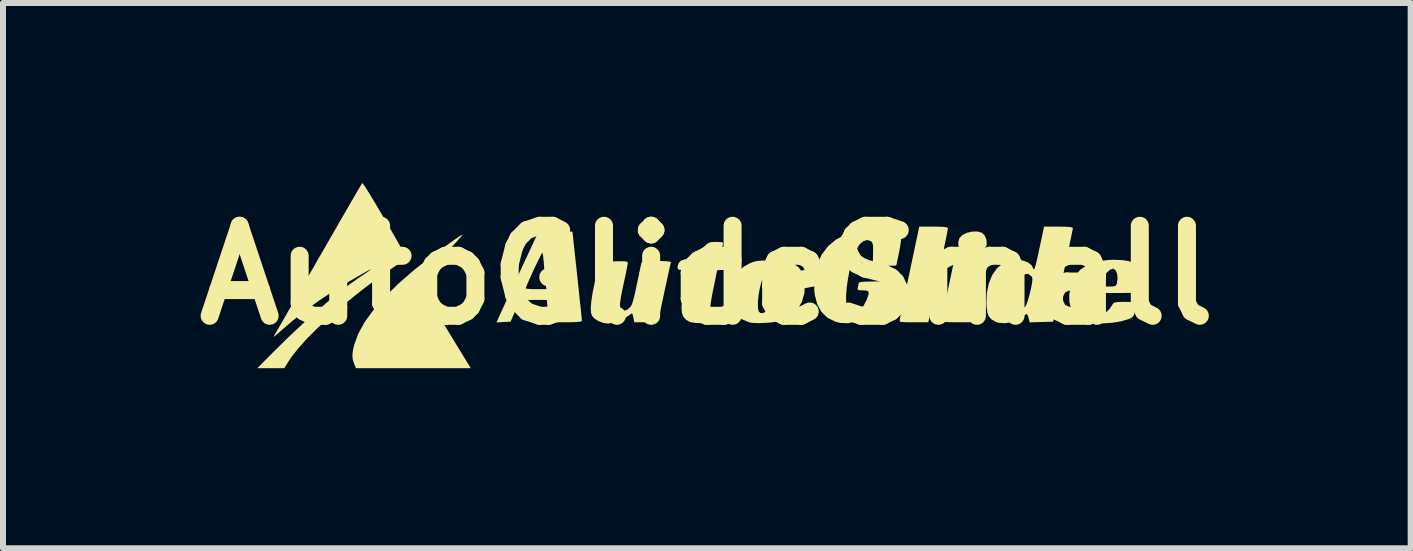
<source format=kicad_pcb>
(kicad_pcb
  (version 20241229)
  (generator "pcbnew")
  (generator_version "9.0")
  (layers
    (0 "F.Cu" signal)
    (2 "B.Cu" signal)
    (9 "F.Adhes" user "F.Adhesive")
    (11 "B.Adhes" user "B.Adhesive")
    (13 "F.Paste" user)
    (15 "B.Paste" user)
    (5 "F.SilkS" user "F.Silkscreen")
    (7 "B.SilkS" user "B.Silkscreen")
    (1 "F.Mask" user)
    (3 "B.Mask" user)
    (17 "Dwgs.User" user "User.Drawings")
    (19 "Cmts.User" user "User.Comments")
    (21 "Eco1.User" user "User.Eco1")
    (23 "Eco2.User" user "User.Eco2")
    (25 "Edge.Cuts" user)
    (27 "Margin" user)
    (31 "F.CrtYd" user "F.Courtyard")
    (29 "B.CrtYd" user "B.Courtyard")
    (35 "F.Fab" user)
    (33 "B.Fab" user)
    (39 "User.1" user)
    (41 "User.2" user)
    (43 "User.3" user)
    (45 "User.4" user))
  (footprint "AutoGlideSmall"
    (layer "F.Cu")
    (at 8.729 1.534)
    (property "Reference" "AutoGlideSmall" (at 0 0 0) (layer "F.SilkS") (effects (font (size 1.5 1.5) (thickness 0.3))))
    (attr board_only exclude_from_pos_files exclude_from_bom)
    (fp_poly (pts (xy 4.585 -0.705) (xy 4.63 -0.659) (xy 4.659 -0.59) (xy 4.664 -0.516) (xy 4.656 -0.481) (xy 4.611 -0.416) (xy 4.538 -0.37) (xy 4.45 -0.343) (xy 4.36 -0.341) (xy 4.279 -0.364) (xy 4.239 -0.392) (xy 4.197 -0.462) (xy 4.188 -0.545) (xy 4.209 -0.618) (xy 4.257 -0.668) (xy 4.333 -0.705) (xy 4.422 -0.725) (xy 4.511 -0.726)) (stroke (width 0) (type solid)) (fill yes) (layer "F.SilkS"))
    (fp_poly (pts (xy 4.558 -0.006) (xy 4.533 0.109) (xy 4.503 0.248) (xy 4.473 0.391) (xy 4.449 0.505) (xy 4.39 0.786) (xy 4.15 0.786) (xy 4.039 0.785) (xy 3.966 0.781) (xy 3.925 0.773) (xy 3.912 0.761) (xy 3.912 0.76) (xy 3.917 0.732) (xy 3.929 0.669) (xy 3.947 0.577) (xy 3.971 0.462) (xy 3.999 0.331) (xy 4.015 0.255) (xy 4.116 -0.223) (xy 4.362 -0.229) (xy 4.608 -0.235)) (stroke (width 0) (type solid)) (fill yes) (layer "F.SilkS"))
    (fp_poly (pts (xy 3.889 -0.806) (xy 3.963 -0.802) (xy 4.004 -0.794) (xy 4.017 -0.782) (xy 4.017 -0.781) (xy 4.013 -0.755) (xy 4.001 -0.692) (xy 3.982 -0.597) (xy 3.957 -0.475) (xy 3.927 -0.33) (xy 3.893 -0.168) (xy 3.856 0.007) (xy 3.854 0.016) (xy 3.69 0.786) (xy 3.447 0.786) (xy 3.343 0.786) (xy 3.274 0.784) (xy 3.234 0.78) (xy 3.216 0.771) (xy 3.212 0.756) (xy 3.214 0.739) (xy 3.221 0.707) (xy 3.235 0.639) (xy 3.256 0.54) (xy 3.282 0.414) (xy 3.313 0.267) (xy 3.347 0.103) (xy 3.381 -0.058) (xy 3.539 -0.808) (xy 3.778 -0.808)) (stroke (width 0) (type solid)) (fill yes) (layer "F.SilkS"))
    (fp_poly (pts (xy -4.077 -0.664) (xy -4.101 -0.634) (xy -4.149 -0.58) (xy -4.224 -0.498) (xy -4.244 -0.477) (xy -4.338 -0.377) (xy -4.438 -0.272) (xy -4.534 -0.174) (xy -4.613 -0.093) (xy -4.621 -0.086) (xy -4.695 -0.009) (xy -4.749 0.056) (xy -4.778 0.102) (xy -4.782 0.116) (xy -4.78 0.129) (xy -4.774 0.149) (xy -4.76 0.178) (xy -4.738 0.219) (xy -4.707 0.275) (xy -4.663 0.35) (xy -4.607 0.445) (xy -4.536 0.563) (xy -4.448 0.708) (xy -4.343 0.882) (xy -4.218 1.087) (xy -4.139 1.217) (xy -3.934 1.552) (xy -4.891 1.552) (xy -5.847 1.552) (xy -5.878 1.478) (xy -5.902 1.403) (xy -5.907 1.326) (xy -5.894 1.232) (xy -5.877 1.163) (xy -5.81 0.978) (xy -5.702 0.783) (xy -5.554 0.578) (xy -5.366 0.364) (xy -5.139 0.142) (xy -4.874 -0.089) (xy -4.57 -0.327) (xy -4.229 -0.573) (xy -4.134 -0.638) (xy -4.096 -0.663) (xy -4.076 -0.672)) (stroke (width 0) (type solid)) (fill yes) (layer "F.SilkS"))
    (fp_poly (pts (xy -2.161 0.005) (xy -2.143 0.177) (xy -2.126 0.336) (xy -2.111 0.477) (xy -2.098 0.595) (xy -2.089 0.685) (xy -2.084 0.742) (xy -2.083 0.76) (xy -2.094 0.772) (xy -2.133 0.779) (xy -2.202 0.784) (xy -2.307 0.786) (xy -2.357 0.786) (xy -2.631 0.786) (xy -2.649 0.6) (xy -2.668 0.414) (xy -2.889 0.414) (xy -3.111 0.414) (xy -3.191 0.595) (xy -3.271 0.776) (xy -3.388 0.782) (xy -3.506 0.789) (xy -3.465 0.697) (xy -3.447 0.656) (xy -3.412 0.582) (xy -3.365 0.48) (xy -3.307 0.355) (xy -3.246 0.222) (xy -3.018 0.222) (xy -2.999 0.227) (xy -2.947 0.232) (xy -2.872 0.234) (xy -2.846 0.234) (xy -2.673 0.234) (xy -2.686 0.165) (xy -2.692 0.115) (xy -2.7 0.035) (xy -2.707 -0.063) (xy -2.712 -0.133) (xy -2.719 -0.227) (xy -2.727 -0.304) (xy -2.735 -0.355) (xy -2.741 -0.371) (xy -2.753 -0.356) (xy -2.778 -0.309) (xy -2.813 -0.239) (xy -2.854 -0.155) (xy -2.897 -0.063) (xy -2.938 0.028) (xy -2.975 0.109) (xy -3.002 0.174) (xy -3.017 0.214) (xy -3.018 0.222) (xy -3.246 0.222) (xy -3.241 0.212) (xy -3.17 0.058) (xy -3.118 -0.053) (xy -2.811 -0.712) (xy -2.526 -0.718) (xy -2.24 -0.724)) (stroke (width 0) (type solid)) (fill yes) (layer "F.SilkS"))
    (fp_poly (pts (xy 1.197 -0.244) (xy 1.278 -0.241) (xy 1.336 -0.234) (xy 1.38 -0.222) (xy 1.421 -0.204) (xy 1.444 -0.191) (xy 1.533 -0.126) (xy 1.591 -0.041) (xy 1.623 0.071) (xy 1.631 0.135) (xy 1.626 0.296) (xy 1.585 0.443) (xy 1.513 0.57) (xy 1.411 0.673) (xy 1.285 0.745) (xy 1.264 0.753) (xy 1.187 0.772) (xy 1.084 0.788) (xy 0.97 0.797) (xy 0.86 0.801) (xy 0.765 0.797) (xy 0.712 0.789) (xy 0.58 0.735) (xy 0.478 0.653) (xy 0.409 0.546) (xy 0.381 0.443) (xy 0.851 0.443) (xy 0.851 0.54) (xy 0.864 0.605) (xy 0.892 0.633) (xy 0.938 0.632) (xy 0.989 0.605) (xy 1.034 0.557) (xy 1.069 0.489) (xy 1.098 0.4) (xy 1.122 0.298) (xy 1.139 0.193) (xy 1.148 0.092) (xy 1.148 0.005) (xy 1.137 -0.059) (xy 1.116 -0.093) (xy 1.113 -0.094) (xy 1.065 -0.092) (xy 1.01 -0.06) (xy 0.962 -0.006) (xy 0.948 0.017) (xy 0.912 0.105) (xy 0.883 0.214) (xy 0.862 0.33) (xy 0.851 0.443) (xy 0.381 0.443) (xy 0.374 0.418) (xy 0.376 0.272) (xy 0.382 0.235) (xy 0.43 0.081) (xy 0.508 -0.045) (xy 0.619 -0.143) (xy 0.712 -0.195) (xy 0.763 -0.216) (xy 0.814 -0.23) (xy 0.876 -0.239) (xy 0.958 -0.243) (xy 1.071 -0.244) (xy 1.084 -0.244)) (stroke (width 0) (type solid)) (fill yes) (layer "F.SilkS"))
    (fp_poly (pts (xy -5.729 -1.52) (xy -5.695 -1.472) (xy -5.644 -1.391) (xy -5.576 -1.28) (xy -5.493 -1.142) (xy -5.397 -0.978) (xy -5.289 -0.793) (xy -5.17 -0.587) (xy -5.064 -0.402) (xy -4.996 -0.282) (xy -5.149 -0.18) (xy -5.394 -0.013) (xy -5.636 0.164) (xy -5.871 0.347) (xy -6.096 0.531) (xy -6.306 0.715) (xy -6.498 0.893) (xy -6.667 1.063) (xy -6.809 1.221) (xy -6.921 1.363) (xy -6.965 1.429) (xy -7.042 1.552) (xy -7.267 1.552) (xy -7.492 1.552) (xy -7.216 1.274) (xy -6.994 1.055) (xy -6.77 0.844) (xy -6.549 0.643) (xy -6.336 0.459) (xy -6.135 0.294) (xy -5.951 0.152) (xy -5.79 0.039) (xy -5.781 0.033) (xy -5.692 -0.026) (xy -5.632 -0.068) (xy -5.603 -0.091) (xy -5.607 -0.094) (xy -5.644 -0.075) (xy -5.675 -0.059) (xy -5.969 0.11) (xy -6.231 0.271) (xy -6.466 0.427) (xy -6.684 0.586) (xy -6.891 0.751) (xy -7.037 0.876) (xy -7.111 0.941) (xy -7.17 0.991) (xy -7.209 1.022) (xy -7.222 1.03) (xy -7.222 1.029) (xy -7.209 1.007) (xy -7.177 0.952) (xy -7.127 0.865) (xy -7.061 0.751) (xy -6.982 0.612) (xy -6.889 0.452) (xy -6.787 0.273) (xy -6.675 0.078) (xy -6.556 -0.128) (xy -6.483 -0.257) (xy -6.36 -0.469) (xy -6.244 -0.671) (xy -6.136 -0.859) (xy -6.037 -1.03) (xy -5.95 -1.181) (xy -5.875 -1.31) (xy -5.816 -1.412) (xy -5.773 -1.485) (xy -5.748 -1.526) (xy -5.743 -1.534)) (stroke (width 0) (type solid)) (fill yes) (layer "F.SilkS"))
    (fp_poly (pts (xy -0.726 -0.233) (xy -0.653 -0.229) (xy -0.613 -0.222) (xy -0.6 -0.211) (xy -0.6 -0.207) (xy -0.607 -0.18) (xy -0.622 -0.117) (xy -0.642 -0.024) (xy -0.667 0.091) (xy -0.696 0.223) (xy -0.713 0.303) (xy -0.816 0.786) (xy -1.013 0.786) (xy -1.21 0.786) (xy -1.224 0.712) (xy -1.235 0.663) (xy -1.246 0.638) (xy -1.247 0.638) (xy -1.269 0.649) (xy -1.31 0.679) (xy -1.329 0.693) (xy -1.417 0.744) (xy -1.525 0.784) (xy -1.631 0.805) (xy -1.667 0.807) (xy -1.729 0.796) (xy -1.799 0.77) (xy -1.811 0.764) (xy -1.868 0.727) (xy -1.909 0.686) (xy -1.914 0.677) (xy -1.931 0.623) (xy -1.935 0.542) (xy -1.925 0.432) (xy -1.903 0.288) (xy -1.866 0.109) (xy -1.863 0.096) (xy -1.792 -0.223) (xy -1.555 -0.229) (xy -1.45 -0.231) (xy -1.381 -0.23) (xy -1.34 -0.225) (xy -1.321 -0.215) (xy -1.318 -0.203) (xy -1.322 -0.172) (xy -1.334 -0.107) (xy -1.352 -0.018) (xy -1.375 0.087) (xy -1.382 0.122) (xy -1.414 0.27) (xy -1.435 0.382) (xy -1.446 0.464) (xy -1.447 0.52) (xy -1.44 0.555) (xy -1.423 0.575) (xy -1.422 0.575) (xy -1.375 0.593) (xy -1.329 0.579) (xy -1.29 0.547) (xy -1.268 0.522) (xy -1.248 0.484) (xy -1.229 0.427) (xy -1.208 0.344) (xy -1.182 0.229) (xy -1.17 0.17) (xy -1.146 0.055) (xy -1.124 -0.048) (xy -1.107 -0.13) (xy -1.095 -0.183) (xy -1.092 -0.197) (xy -1.082 -0.213) (xy -1.061 -0.223) (xy -1.02 -0.23) (xy -0.951 -0.233) (xy -0.848 -0.234) (xy -0.836 -0.234)) (stroke (width 0) (type solid)) (fill yes) (layer "F.SilkS"))
    (fp_poly (pts (xy 5.971 -0.806) (xy 6.044 -0.802) (xy 6.086 -0.794) (xy 6.099 -0.782) (xy 6.099 -0.781) (xy 6.094 -0.755) (xy 6.082 -0.692) (xy 6.062 -0.597) (xy 6.037 -0.475) (xy 6.006 -0.33) (xy 5.972 -0.168) (xy 5.935 0.006) (xy 5.934 0.011) (xy 5.77 0.776) (xy 5.574 0.782) (xy 5.379 0.788) (xy 5.365 0.729) (xy 5.348 0.67) (xy 5.33 0.649) (xy 5.304 0.66) (xy 5.285 0.676) (xy 5.194 0.739) (xy 5.085 0.781) (xy 4.971 0.802) (xy 4.867 0.796) (xy 4.814 0.779) (xy 4.747 0.741) (xy 4.702 0.695) (xy 4.675 0.63) (xy 4.662 0.539) (xy 4.658 0.476) (xy 4.66 0.43) (xy 5.127 0.43) (xy 5.129 0.507) (xy 5.149 0.553) (xy 5.187 0.573) (xy 5.205 0.574) (xy 5.263 0.559) (xy 5.303 0.531) (xy 5.324 0.493) (xy 5.349 0.423) (xy 5.375 0.333) (xy 5.39 0.271) (xy 5.411 0.173) (xy 5.422 0.107) (xy 5.425 0.065) (xy 5.419 0.038) (xy 5.406 0.017) (xy 5.403 0.015) (xy 5.353 -0.02) (xy 5.301 -0.015) (xy 5.252 0.027) (xy 5.206 0.102) (xy 5.168 0.207) (xy 5.143 0.317) (xy 5.127 0.43) (xy 4.66 0.43) (xy 4.665 0.3) (xy 4.698 0.139) (xy 4.755 -0.001) (xy 4.835 -0.114) (xy 4.933 -0.195) (xy 4.963 -0.21) (xy 5.064 -0.243) (xy 5.169 -0.253) (xy 5.268 -0.242) (xy 5.352 -0.211) (xy 5.412 -0.162) (xy 5.432 -0.123) (xy 5.442 -0.101) (xy 5.452 -0.097) (xy 5.463 -0.117) (xy 5.478 -0.163) (xy 5.497 -0.24) (xy 5.522 -0.352) (xy 5.548 -0.473) (xy 5.619 -0.808) (xy 5.859 -0.808)) (stroke (width 0) (type solid)) (fill yes) (layer "F.SilkS"))
    (fp_poly (pts (xy 0.224 -0.551) (xy 0.26 -0.545) (xy 0.27 -0.53) (xy 0.268 -0.515) (xy 0.253 -0.461) (xy 0.237 -0.391) (xy 0.223 -0.323) (xy 0.214 -0.273) (xy 0.213 -0.26) (xy 0.233 -0.242) (xy 0.289 -0.234) (xy 0.298 -0.234) (xy 0.353 -0.23) (xy 0.378 -0.215) (xy 0.383 -0.193) (xy 0.375 -0.13) (xy 0.346 -0.097) (xy 0.286 -0.085) (xy 0.263 -0.085) (xy 0.207 -0.084) (xy 0.174 -0.08) (xy 0.17 -0.078) (xy 0.166 -0.056) (xy 0.155 0.0004) (xy 0.138 0.083) (xy 0.117 0.186) (xy 0.106 0.239) (xy 0.084 0.35) (xy 0.068 0.448) (xy 0.057 0.526) (xy 0.054 0.573) (xy 0.055 0.582) (xy 0.088 0.609) (xy 0.142 0.616) (xy 0.191 0.619) (xy 0.208 0.635) (xy 0.203 0.676) (xy 0.201 0.685) (xy 0.186 0.739) (xy 0.169 0.774) (xy 0.168 0.775) (xy 0.134 0.788) (xy 0.07 0.797) (xy -0.013 0.802) (xy -0.103 0.802) (xy -0.188 0.797) (xy -0.257 0.788) (xy -0.29 0.778) (xy -0.35 0.742) (xy -0.392 0.694) (xy -0.416 0.629) (xy -0.423 0.541) (xy -0.414 0.426) (xy -0.388 0.278) (xy -0.372 0.2) (xy -0.351 0.102) (xy -0.334 0.019) (xy -0.323 -0.04) (xy -0.319 -0.065) (xy -0.338 -0.078) (xy -0.385 -0.085) (xy -0.404 -0.085) (xy -0.459 -0.088) (xy -0.483 -0.102) (xy -0.489 -0.133) (xy -0.489 -0.137) (xy -0.473 -0.194) (xy -0.436 -0.239) (xy -0.391 -0.255) (xy -0.337 -0.269) (xy -0.264 -0.305) (xy -0.183 -0.356) (xy -0.106 -0.416) (xy -0.065 -0.455) (xy -0.011 -0.508) (xy 0.031 -0.538) (xy 0.076 -0.55) (xy 0.141 -0.553) (xy 0.155 -0.553)) (stroke (width 0) (type solid)) (fill yes) (layer "F.SilkS"))
    (fp_poly (pts (xy 6.917 -0.25) (xy 7.025 -0.234) (xy 7.109 -0.205) (xy 7.178 -0.16) (xy 7.191 -0.149) (xy 7.227 -0.114) (xy 7.247 -0.08) (xy 7.256 -0.034) (xy 7.258 0.038) (xy 7.258 0.057) (xy 7.257 0.142) (xy 7.251 0.204) (xy 7.234 0.247) (xy 7.2 0.274) (xy 7.145 0.289) (xy 7.061 0.296) (xy 6.944 0.298) (xy 6.867 0.298) (xy 6.531 0.298) (xy 6.517 0.364) (xy 6.504 0.475) (xy 6.513 0.56) (xy 6.543 0.616) (xy 6.591 0.637) (xy 6.597 0.638) (xy 6.652 0.619) (xy 6.709 0.567) (xy 6.757 0.494) (xy 6.772 0.471) (xy 6.795 0.457) (xy 6.835 0.45) (xy 6.9 0.447) (xy 6.972 0.446) (xy 7.057 0.448) (xy 7.122 0.454) (xy 7.158 0.462) (xy 7.163 0.466) (xy 7.159 0.497) (xy 7.147 0.553) (xy 7.138 0.593) (xy 7.12 0.659) (xy 7.095 0.697) (xy 7.055 0.723) (xy 7.036 0.731) (xy 6.904 0.77) (xy 6.75 0.795) (xy 6.591 0.805) (xy 6.444 0.797) (xy 6.371 0.785) (xy 6.254 0.739) (xy 6.154 0.664) (xy 6.082 0.57) (xy 6.077 0.559) (xy 6.052 0.497) (xy 6.04 0.436) (xy 6.039 0.359) (xy 6.041 0.312) (xy 6.062 0.191) (xy 6.548 0.191) (xy 6.683 0.191) (xy 6.757 0.19) (xy 6.8 0.183) (xy 6.821 0.168) (xy 6.831 0.143) (xy 6.844 0.057) (xy 6.837 -0.02) (xy 6.813 -0.077) (xy 6.775 -0.105) (xy 6.762 -0.106) (xy 6.715 -0.088) (xy 6.663 -0.039) (xy 6.614 0.029) (xy 6.58 0.101) (xy 6.548 0.191) (xy 6.062 0.191) (xy 6.069 0.151) (xy 6.131 0.016) (xy 6.225 -0.092) (xy 6.351 -0.174) (xy 6.509 -0.227) (xy 6.696 -0.253) (xy 6.777 -0.255)) (stroke (width 0) (type solid)) (fill yes) (layer "F.SilkS"))
    (fp_poly (pts (xy 2.763 -0.738) (xy 2.877 -0.727) (xy 2.993 -0.706) (xy 3.099 -0.678) (xy 3.185 -0.647) (xy 3.235 -0.618) (xy 3.237 -0.594) (xy 3.23 -0.537) (xy 3.217 -0.456) (xy 3.203 -0.383) (xy 3.156 -0.159) (xy 2.96 -0.153) (xy 2.764 -0.147) (xy 2.769 -0.341) (xy 2.77 -0.435) (xy 2.768 -0.495) (xy 2.759 -0.533) (xy 2.744 -0.556) (xy 2.732 -0.565) (xy 2.674 -0.585) (xy 2.61 -0.567) (xy 2.546 -0.513) (xy 2.488 -0.427) (xy 2.483 -0.417) (xy 2.443 -0.322) (xy 2.407 -0.202) (xy 2.375 -0.066) (xy 2.349 0.076) (xy 2.33 0.215) (xy 2.32 0.344) (xy 2.32 0.453) (xy 2.331 0.533) (xy 2.337 0.549) (xy 2.377 0.607) (xy 2.43 0.629) (xy 2.492 0.618) (xy 2.555 0.577) (xy 2.613 0.508) (xy 2.663 0.413) (xy 2.664 0.409) (xy 2.691 0.332) (xy 2.697 0.286) (xy 2.679 0.263) (xy 2.633 0.256) (xy 2.601 0.255) (xy 2.542 0.253) (xy 2.516 0.245) (xy 2.512 0.223) (xy 2.516 0.207) (xy 2.526 0.158) (xy 2.529 0.133) (xy 2.54 0.122) (xy 2.577 0.114) (xy 2.643 0.109) (xy 2.744 0.107) (xy 2.838 0.106) (xy 2.962 0.107) (xy 3.05 0.11) (xy 3.106 0.115) (xy 3.136 0.123) (xy 3.146 0.134) (xy 3.146 0.135) (xy 3.142 0.164) (xy 3.131 0.226) (xy 3.115 0.31) (xy 3.097 0.407) (xy 3.077 0.509) (xy 3.057 0.605) (xy 3.04 0.687) (xy 3.029 0.739) (xy 3.019 0.765) (xy 2.997 0.779) (xy 2.953 0.785) (xy 2.881 0.786) (xy 2.745 0.786) (xy 2.721 0.712) (xy 2.696 0.638) (xy 2.623 0.693) (xy 2.495 0.767) (xy 2.357 0.802) (xy 2.217 0.797) (xy 2.139 0.776) (xy 2.009 0.71) (xy 1.909 0.613) (xy 1.839 0.485) (xy 1.798 0.328) (xy 1.789 0.237) (xy 1.796 0.022) (xy 1.837 -0.171) (xy 1.912 -0.339) (xy 2.018 -0.48) (xy 2.153 -0.593) (xy 2.315 -0.676) (xy 2.502 -0.725) (xy 2.711 -0.74)) (stroke (width 0) (type solid)) (fill yes) (layer "F.SilkS")))
  (gr_rect
    (start -3 -3)
    (end 20.457 6.086)
    (stroke (width 0.1) (type default))
    (fill no)
    (layer "Edge.Cuts")))
</source>
